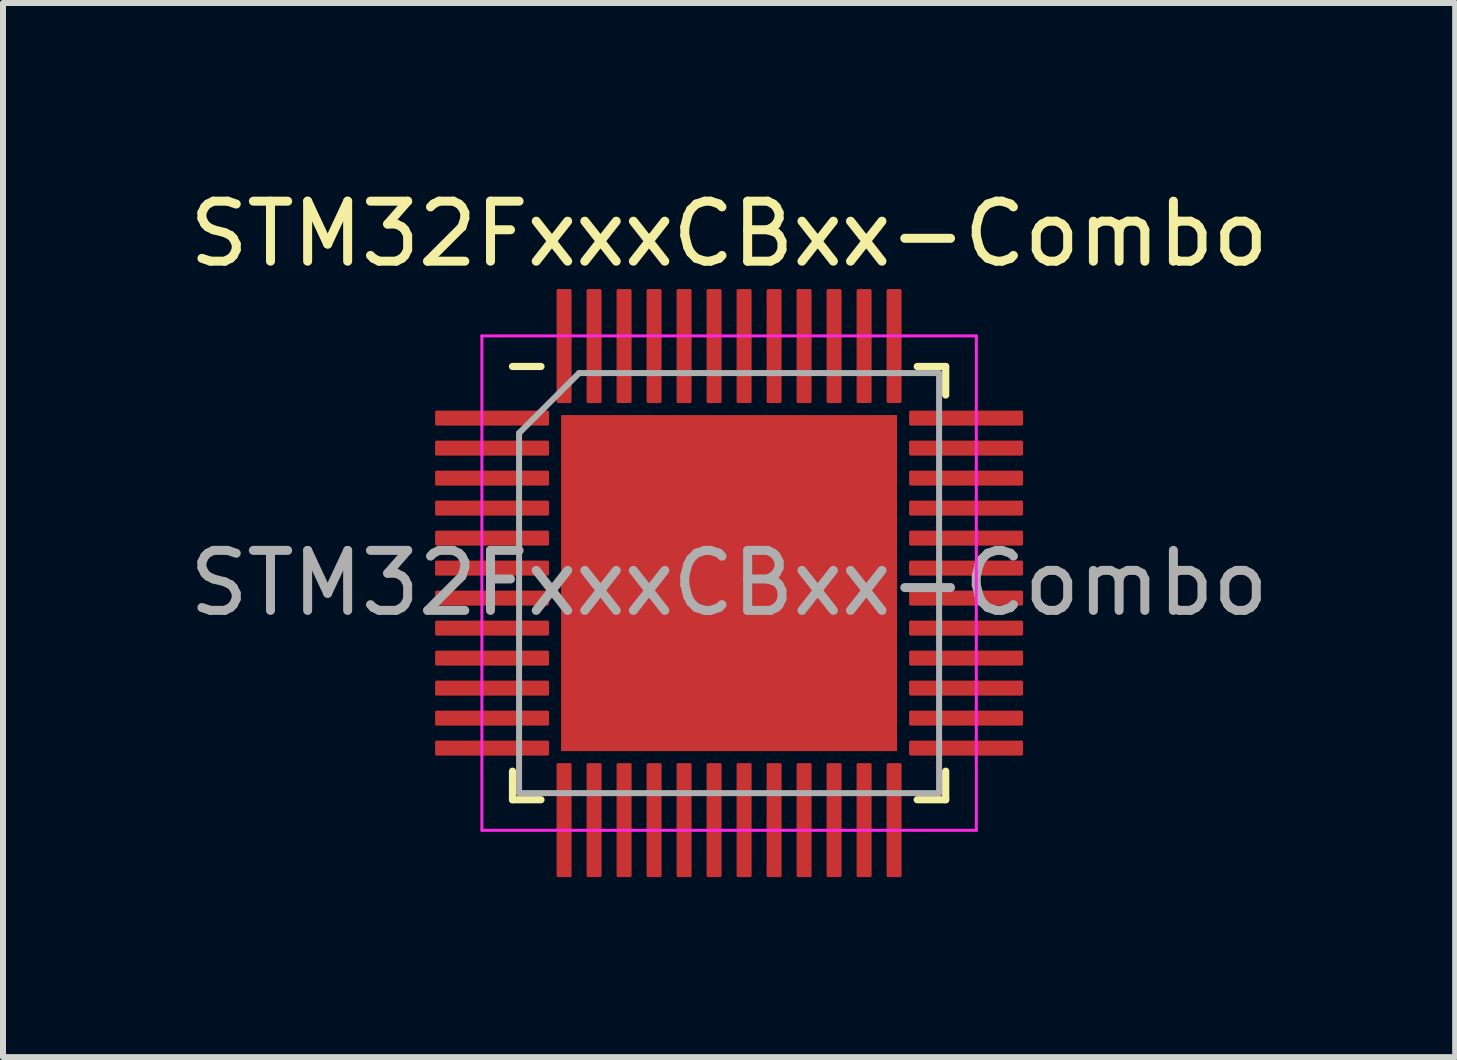
<source format=kicad_pcb>
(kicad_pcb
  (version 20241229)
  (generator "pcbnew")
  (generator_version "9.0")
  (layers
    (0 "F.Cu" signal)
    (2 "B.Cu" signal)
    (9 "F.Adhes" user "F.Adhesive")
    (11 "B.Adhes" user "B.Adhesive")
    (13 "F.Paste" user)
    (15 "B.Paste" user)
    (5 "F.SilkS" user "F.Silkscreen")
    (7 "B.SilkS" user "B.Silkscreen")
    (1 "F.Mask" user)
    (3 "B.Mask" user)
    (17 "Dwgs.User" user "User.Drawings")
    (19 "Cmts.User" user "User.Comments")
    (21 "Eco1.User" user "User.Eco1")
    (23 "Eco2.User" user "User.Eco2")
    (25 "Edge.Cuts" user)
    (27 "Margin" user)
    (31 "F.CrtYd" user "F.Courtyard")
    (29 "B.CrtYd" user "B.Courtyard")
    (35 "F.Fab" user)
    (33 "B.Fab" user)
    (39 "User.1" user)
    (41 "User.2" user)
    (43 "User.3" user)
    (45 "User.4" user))
  (footprint "STM32FxxxCBxx-Combo"
    (layer "F.Cu")
    (at 9.101 6.668)
    (property "Reference" "STM32FxxxCBxx-Combo" (at 0 -5.82 0) (layer "F.SilkS") (effects (font (size 1 1) (thickness 0.15))))
    (attr smd)
    (fp_line (start -3.61 3.61) (end -3.61 3.135) (stroke (width 0.12) (type solid)) (layer "F.SilkS"))
    (fp_line (start -3.135 -3.61) (end -3.61 -3.61) (stroke (width 0.12) (type solid)) (layer "F.SilkS"))
    (fp_line (start -3.135 3.61) (end -3.61 3.61) (stroke (width 0.12) (type solid)) (layer "F.SilkS"))
    (fp_line (start 3.135 -3.61) (end 3.61 -3.61) (stroke (width 0.12) (type solid)) (layer "F.SilkS"))
    (fp_line (start 3.135 3.61) (end 3.61 3.61) (stroke (width 0.12) (type solid)) (layer "F.SilkS"))
    (fp_line (start 3.61 -3.61) (end 3.61 -3.135) (stroke (width 0.12) (type solid)) (layer "F.SilkS"))
    (fp_line (start 3.61 3.61) (end 3.61 3.135) (stroke (width 0.12) (type solid)) (layer "F.SilkS"))
    (fp_line (start -4.12 -4.12) (end -4.12 4.12) (stroke (width 0.05) (type solid)) (layer "F.CrtYd"))
    (fp_line (start -4.12 4.12) (end 4.12 4.12) (stroke (width 0.05) (type solid)) (layer "F.CrtYd"))
    (fp_line (start 4.12 -4.12) (end -4.12 -4.12) (stroke (width 0.05) (type solid)) (layer "F.CrtYd"))
    (fp_line (start 4.12 4.12) (end 4.12 -4.12) (stroke (width 0.05) (type solid)) (layer "F.CrtYd"))
    (fp_line (start -3.5 -2.5) (end -2.5 -3.5) (stroke (width 0.1) (type solid)) (layer "F.Fab"))
    (fp_line (start -3.5 3.5) (end -3.5 -2.5) (stroke (width 0.1) (type solid)) (layer "F.Fab"))
    (fp_line (start -2.5 -3.5) (end 3.5 -3.5) (stroke (width 0.1) (type solid)) (layer "F.Fab"))
    (fp_line (start 3.5 -3.5) (end 3.5 3.5) (stroke (width 0.1) (type solid)) (layer "F.Fab"))
    (fp_line (start 3.5 3.5) (end -3.5 3.5) (stroke (width 0.1) (type solid)) (layer "F.Fab"))
    (fp_text user "${REFERENCE}" (at 0 0 0) (layer "F.Fab") (effects (font (size 1 1) (thickness 0.15))))
    (pad "" smd roundrect (at -2.1 -2.1) (size 1.13 1.13) (layers "F.Paste") (roundrect_rratio 0.221))
    (pad "" smd roundrect (at -2.1 -0.7) (size 1.13 1.13) (layers "F.Paste") (roundrect_rratio 0.221))
    (pad "" smd roundrect (at -2.1 0.7) (size 1.13 1.13) (layers "F.Paste") (roundrect_rratio 0.221))
    (pad "" smd roundrect (at -2.1 2.1) (size 1.13 1.13) (layers "F.Paste") (roundrect_rratio 0.221))
    (pad "" smd roundrect (at -0.7 -2.1) (size 1.13 1.13) (layers "F.Paste") (roundrect_rratio 0.221))
    (pad "" smd roundrect (at -0.7 -0.7) (size 1.13 1.13) (layers "F.Paste") (roundrect_rratio 0.221))
    (pad "" smd roundrect (at -0.7 0.7) (size 1.13 1.13) (layers "F.Paste") (roundrect_rratio 0.221))
    (pad "" smd roundrect (at -0.7 2.1) (size 1.13 1.13) (layers "F.Paste") (roundrect_rratio 0.221))
    (pad "" smd roundrect (at 0.7 -2.1) (size 1.13 1.13) (layers "F.Paste") (roundrect_rratio 0.221))
    (pad "" smd roundrect (at 0.7 -0.7) (size 1.13 1.13) (layers "F.Paste") (roundrect_rratio 0.221))
    (pad "" smd roundrect (at 0.7 0.7) (size 1.13 1.13) (layers "F.Paste") (roundrect_rratio 0.221))
    (pad "" smd roundrect (at 0.7 2.1) (size 1.13 1.13) (layers "F.Paste") (roundrect_rratio 0.221))
    (pad "" smd roundrect (at 2.1 -2.1) (size 1.13 1.13) (layers "F.Paste") (roundrect_rratio 0.221))
    (pad "" smd roundrect (at 2.1 -0.7) (size 1.13 1.13) (layers "F.Paste") (roundrect_rratio 0.221))
    (pad "" smd roundrect (at 2.1 0.7) (size 1.13 1.13) (layers "F.Paste") (roundrect_rratio 0.221))
    (pad "" smd roundrect (at 2.1 2.1) (size 1.13 1.13) (layers "F.Paste") (roundrect_rratio 0.221))
    (pad "1" smd roundrect (at -3.95 -2.75) (size 1.9 0.25) (layers "F.Cu" "F.Mask" "F.Paste") (roundrect_rratio 0.1))
    (pad "2" smd roundrect (at -3.95 -2.25) (size 1.9 0.25) (layers "F.Cu" "F.Mask" "F.Paste") (roundrect_rratio 0.1))
    (pad "3" smd roundrect (at -3.95 -1.75) (size 1.9 0.25) (layers "F.Cu" "F.Mask" "F.Paste") (roundrect_rratio 0.1))
    (pad "4" smd roundrect (at -3.95 -1.25) (size 1.9 0.25) (layers "F.Cu" "F.Mask" "F.Paste") (roundrect_rratio 0.1))
    (pad "5" smd roundrect (at -3.95 -0.75) (size 1.9 0.25) (layers "F.Cu" "F.Mask" "F.Paste") (roundrect_rratio 0.1))
    (pad "6" smd roundrect (at -3.95 -0.25) (size 1.9 0.25) (layers "F.Cu" "F.Mask" "F.Paste") (roundrect_rratio 0.1))
    (pad "7" smd roundrect (at -3.95 0.25) (size 1.9 0.25) (layers "F.Cu" "F.Mask" "F.Paste") (roundrect_rratio 0.1))
    (pad "8" smd roundrect (at -3.95 0.75) (size 1.9 0.25) (layers "F.Cu" "F.Mask" "F.Paste") (roundrect_rratio 0.1))
    (pad "9" smd roundrect (at -3.95 1.25) (size 1.9 0.25) (layers "F.Cu" "F.Mask" "F.Paste") (roundrect_rratio 0.1))
    (pad "10" smd roundrect (at -3.95 1.75) (size 1.9 0.25) (layers "F.Cu" "F.Mask" "F.Paste") (roundrect_rratio 0.1))
    (pad "11" smd roundrect (at -3.95 2.25) (size 1.9 0.25) (layers "F.Cu" "F.Mask" "F.Paste") (roundrect_rratio 0.1))
    (pad "12" smd roundrect (at -3.95 2.75) (size 1.9 0.25) (layers "F.Cu" "F.Mask" "F.Paste") (roundrect_rratio 0.1))
    (pad "13" smd roundrect (at -2.75 3.95) (size 0.25 1.9) (layers "F.Cu" "F.Mask" "F.Paste") (roundrect_rratio 0.1))
    (pad "14" smd roundrect (at -2.25 3.95) (size 0.25 1.9) (layers "F.Cu" "F.Mask" "F.Paste") (roundrect_rratio 0.1))
    (pad "15" smd roundrect (at -1.75 3.95) (size 0.25 1.9) (layers "F.Cu" "F.Mask" "F.Paste") (roundrect_rratio 0.1))
    (pad "16" smd roundrect (at -1.25 3.95) (size 0.25 1.9) (layers "F.Cu" "F.Mask" "F.Paste") (roundrect_rratio 0.1))
    (pad "17" smd roundrect (at -0.75 3.95) (size 0.25 1.9) (layers "F.Cu" "F.Mask" "F.Paste") (roundrect_rratio 0.1))
    (pad "18" smd roundrect (at -0.25 3.95) (size 0.25 1.9) (layers "F.Cu" "F.Mask" "F.Paste") (roundrect_rratio 0.1))
    (pad "19" smd roundrect (at 0.25 3.95) (size 0.25 1.9) (layers "F.Cu" "F.Mask" "F.Paste") (roundrect_rratio 0.1))
    (pad "20" smd roundrect (at 0.75 3.95) (size 0.25 1.9) (layers "F.Cu" "F.Mask" "F.Paste") (roundrect_rratio 0.1))
    (pad "21" smd roundrect (at 1.25 3.95) (size 0.25 1.9) (layers "F.Cu" "F.Mask" "F.Paste") (roundrect_rratio 0.1))
    (pad "22" smd roundrect (at 1.75 3.95) (size 0.25 1.9) (layers "F.Cu" "F.Mask" "F.Paste") (roundrect_rratio 0.1))
    (pad "23" smd roundrect (at 2.25 3.95) (size 0.25 1.9) (layers "F.Cu" "F.Mask" "F.Paste") (roundrect_rratio 0.1))
    (pad "24" smd roundrect (at 2.75 3.95) (size 0.25 1.9) (layers "F.Cu" "F.Mask" "F.Paste") (roundrect_rratio 0.1))
    (pad "25" smd roundrect (at 3.95 2.75) (size 1.9 0.25) (layers "F.Cu" "F.Mask" "F.Paste") (roundrect_rratio 0.1))
    (pad "26" smd roundrect (at 3.95 2.25) (size 1.9 0.25) (layers "F.Cu" "F.Mask" "F.Paste") (roundrect_rratio 0.1))
    (pad "27" smd roundrect (at 3.95 1.75) (size 1.9 0.25) (layers "F.Cu" "F.Mask" "F.Paste") (roundrect_rratio 0.1))
    (pad "28" smd roundrect (at 3.95 1.25) (size 1.9 0.25) (layers "F.Cu" "F.Mask" "F.Paste") (roundrect_rratio 0.1))
    (pad "29" smd roundrect (at 3.95 0.75) (size 1.9 0.25) (layers "F.Cu" "F.Mask" "F.Paste") (roundrect_rratio 0.1))
    (pad "30" smd roundrect (at 3.95 0.25) (size 1.9 0.25) (layers "F.Cu" "F.Mask" "F.Paste") (roundrect_rratio 0.1))
    (pad "31" smd roundrect (at 3.95 -0.25) (size 1.9 0.25) (layers "F.Cu" "F.Mask" "F.Paste") (roundrect_rratio 0.1))
    (pad "32" smd roundrect (at 3.95 -0.75) (size 1.9 0.25) (layers "F.Cu" "F.Mask" "F.Paste") (roundrect_rratio 0.1))
    (pad "33" smd roundrect (at 3.95 -1.25) (size 1.9 0.25) (layers "F.Cu" "F.Mask" "F.Paste") (roundrect_rratio 0.1))
    (pad "34" smd roundrect (at 3.95 -1.75) (size 1.9 0.25) (layers "F.Cu" "F.Mask" "F.Paste") (roundrect_rratio 0.1))
    (pad "35" smd roundrect (at 3.95 -2.25) (size 1.9 0.25) (layers "F.Cu" "F.Mask" "F.Paste") (roundrect_rratio 0.1))
    (pad "36" smd roundrect (at 3.95 -2.75) (size 1.9 0.25) (layers "F.Cu" "F.Mask" "F.Paste") (roundrect_rratio 0.1))
    (pad "37" smd roundrect (at 2.75 -3.95) (size 0.25 1.9) (layers "F.Cu" "F.Mask" "F.Paste") (roundrect_rratio 0.1))
    (pad "38" smd roundrect (at 2.25 -3.95) (size 0.25 1.9) (layers "F.Cu" "F.Mask" "F.Paste") (roundrect_rratio 0.1))
    (pad "39" smd roundrect (at 1.75 -3.95) (size 0.25 1.9) (layers "F.Cu" "F.Mask" "F.Paste") (roundrect_rratio 0.1))
    (pad "40" smd roundrect (at 1.25 -3.95) (size 0.25 1.9) (layers "F.Cu" "F.Mask" "F.Paste") (roundrect_rratio 0.1))
    (pad "41" smd roundrect (at 0.75 -3.95) (size 0.25 1.9) (layers "F.Cu" "F.Mask" "F.Paste") (roundrect_rratio 0.1))
    (pad "42" smd roundrect (at 0.25 -3.95) (size 0.25 1.9) (layers "F.Cu" "F.Mask" "F.Paste") (roundrect_rratio 0.1))
    (pad "43" smd roundrect (at -0.25 -3.95) (size 0.25 1.9) (layers "F.Cu" "F.Mask" "F.Paste") (roundrect_rratio 0.1))
    (pad "44" smd roundrect (at -0.75 -3.95) (size 0.25 1.9) (layers "F.Cu" "F.Mask" "F.Paste") (roundrect_rratio 0.1))
    (pad "45" smd roundrect (at -1.25 -3.95) (size 0.25 1.9) (layers "F.Cu" "F.Mask" "F.Paste") (roundrect_rratio 0.1))
    (pad "46" smd roundrect (at -1.75 -3.95) (size 0.25 1.9) (layers "F.Cu" "F.Mask" "F.Paste") (roundrect_rratio 0.1))
    (pad "47" smd roundrect (at -2.25 -3.95) (size 0.25 1.9) (layers "F.Cu" "F.Mask" "F.Paste") (roundrect_rratio 0.1))
    (pad "48" smd roundrect (at -2.75 -3.95) (size 0.25 1.9) (layers "F.Cu" "F.Mask" "F.Paste") (roundrect_rratio 0.1))
    (pad "49" smd rect (at 0 0) (size 5.6 5.6) (layers "F.Cu" "F.Mask")))
  (gr_rect
    (start -3 -3)
    (end 21.202 14.568)
    (stroke (width 0.1) (type default))
    (fill no)
    (layer "Edge.Cuts")))
</source>
